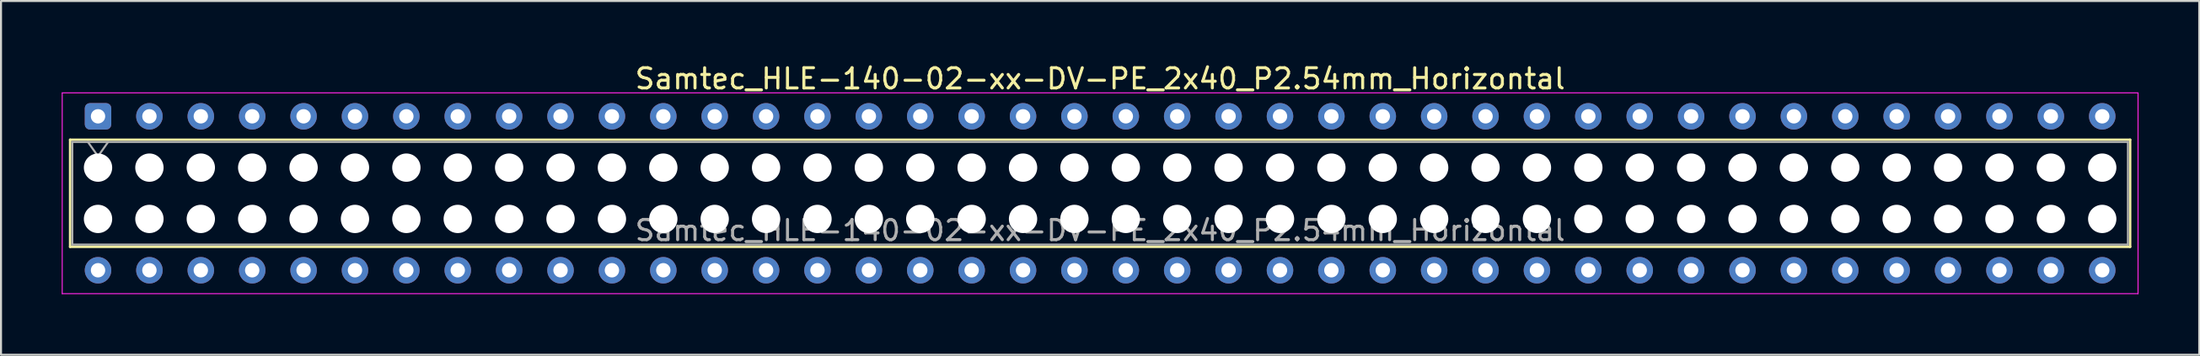
<source format=kicad_pcb>
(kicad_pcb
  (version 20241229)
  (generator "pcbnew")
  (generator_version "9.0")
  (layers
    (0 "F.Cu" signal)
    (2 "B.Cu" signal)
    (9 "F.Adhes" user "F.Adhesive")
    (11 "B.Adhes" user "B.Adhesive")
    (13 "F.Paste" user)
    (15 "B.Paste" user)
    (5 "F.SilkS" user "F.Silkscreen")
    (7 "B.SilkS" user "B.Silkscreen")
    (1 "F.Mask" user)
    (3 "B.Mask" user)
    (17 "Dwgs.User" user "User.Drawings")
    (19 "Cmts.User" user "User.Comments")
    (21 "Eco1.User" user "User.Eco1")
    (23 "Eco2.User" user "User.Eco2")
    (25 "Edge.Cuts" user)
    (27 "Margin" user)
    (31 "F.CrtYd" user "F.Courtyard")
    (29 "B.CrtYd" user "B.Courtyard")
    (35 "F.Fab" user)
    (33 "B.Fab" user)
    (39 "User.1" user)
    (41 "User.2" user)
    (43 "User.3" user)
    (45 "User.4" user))
  (footprint "Samtec_HLE-140-02-xx-DV-PE_2x40_P2.54mm_Horizontal"
    (layer "F.Cu")
    (at 1.795 2.708)
    (property "Reference" "Samtec_HLE-140-02-xx-DV-PE_2x40_P2.54mm_Horizontal" (at 49.53 -1.86 0) (layer "F.SilkS") (effects (font (size 1 1) (thickness 0.15))))
    (attr through_hole)
    (fp_line (start -1.38 1.16) (end 100.44 1.16) (stroke (width 0.12) (type solid)) (layer "F.SilkS"))
    (fp_line (start -1.38 6.46) (end -1.38 1.16) (stroke (width 0.12) (type solid)) (layer "F.SilkS"))
    (fp_line (start 100.44 1.16) (end 100.44 6.46) (stroke (width 0.12) (type solid)) (layer "F.SilkS"))
    (fp_line (start 100.44 6.46) (end -1.38 6.46) (stroke (width 0.12) (type solid)) (layer "F.SilkS"))
    (fp_line (start -1.77 -1.16) (end 100.83 -1.16) (stroke (width 0.05) (type solid)) (layer "F.CrtYd"))
    (fp_line (start -1.77 8.78) (end -1.77 -1.16) (stroke (width 0.05) (type solid)) (layer "F.CrtYd"))
    (fp_line (start 100.83 -1.16) (end 100.83 8.78) (stroke (width 0.05) (type solid)) (layer "F.CrtYd"))
    (fp_line (start 100.83 8.78) (end -1.77 8.78) (stroke (width 0.05) (type solid)) (layer "F.CrtYd"))
    (fp_line (start -1.27 1.27) (end 100.33 1.27) (stroke (width 0.1) (type solid)) (layer "F.Fab"))
    (fp_line (start -1.27 6.35) (end -1.27 1.27) (stroke (width 0.1) (type solid)) (layer "F.Fab"))
    (fp_line (start -0.5 1.27) (end 0 1.977) (stroke (width 0.1) (type solid)) (layer "F.Fab"))
    (fp_line (start 0 1.977) (end 0.5 1.27) (stroke (width 0.1) (type solid)) (layer "F.Fab"))
    (fp_line (start 100.33 1.27) (end 100.33 6.35) (stroke (width 0.1) (type solid)) (layer "F.Fab"))
    (fp_line (start 100.33 6.35) (end -1.27 6.35) (stroke (width 0.1) (type solid)) (layer "F.Fab"))
    (fp_text user "${REFERENCE}" (at 49.53 5.65 0) (layer "F.Fab") (effects (font (size 1 1) (thickness 0.15))))
    (pad "" np_thru_hole circle (at 0 2.54) (size 1.4 1.4) (drill 1.4) (layers "*.Cu" "*.Mask"))
    (pad "" np_thru_hole circle (at 0 5.08) (size 1.4 1.4) (drill 1.4) (layers "*.Cu" "*.Mask"))
    (pad "" np_thru_hole circle (at 2.54 2.54) (size 1.4 1.4) (drill 1.4) (layers "*.Cu" "*.Mask"))
    (pad "" np_thru_hole circle (at 2.54 5.08) (size 1.4 1.4) (drill 1.4) (layers "*.Cu" "*.Mask"))
    (pad "" np_thru_hole circle (at 5.08 2.54) (size 1.4 1.4) (drill 1.4) (layers "*.Cu" "*.Mask"))
    (pad "" np_thru_hole circle (at 5.08 5.08) (size 1.4 1.4) (drill 1.4) (layers "*.Cu" "*.Mask"))
    (pad "" np_thru_hole circle (at 7.62 2.54) (size 1.4 1.4) (drill 1.4) (layers "*.Cu" "*.Mask"))
    (pad "" np_thru_hole circle (at 7.62 5.08) (size 1.4 1.4) (drill 1.4) (layers "*.Cu" "*.Mask"))
    (pad "" np_thru_hole circle (at 10.16 2.54) (size 1.4 1.4) (drill 1.4) (layers "*.Cu" "*.Mask"))
    (pad "" np_thru_hole circle (at 10.16 5.08) (size 1.4 1.4) (drill 1.4) (layers "*.Cu" "*.Mask"))
    (pad "" np_thru_hole circle (at 12.7 2.54) (size 1.4 1.4) (drill 1.4) (layers "*.Cu" "*.Mask"))
    (pad "" np_thru_hole circle (at 12.7 5.08) (size 1.4 1.4) (drill 1.4) (layers "*.Cu" "*.Mask"))
    (pad "" np_thru_hole circle (at 15.24 2.54) (size 1.4 1.4) (drill 1.4) (layers "*.Cu" "*.Mask"))
    (pad "" np_thru_hole circle (at 15.24 5.08) (size 1.4 1.4) (drill 1.4) (layers "*.Cu" "*.Mask"))
    (pad "" np_thru_hole circle (at 17.78 2.54) (size 1.4 1.4) (drill 1.4) (layers "*.Cu" "*.Mask"))
    (pad "" np_thru_hole circle (at 17.78 5.08) (size 1.4 1.4) (drill 1.4) (layers "*.Cu" "*.Mask"))
    (pad "" np_thru_hole circle (at 20.32 2.54) (size 1.4 1.4) (drill 1.4) (layers "*.Cu" "*.Mask"))
    (pad "" np_thru_hole circle (at 20.32 5.08) (size 1.4 1.4) (drill 1.4) (layers "*.Cu" "*.Mask"))
    (pad "" np_thru_hole circle (at 22.86 2.54) (size 1.4 1.4) (drill 1.4) (layers "*.Cu" "*.Mask"))
    (pad "" np_thru_hole circle (at 22.86 5.08) (size 1.4 1.4) (drill 1.4) (layers "*.Cu" "*.Mask"))
    (pad "" np_thru_hole circle (at 25.4 2.54) (size 1.4 1.4) (drill 1.4) (layers "*.Cu" "*.Mask"))
    (pad "" np_thru_hole circle (at 25.4 5.08) (size 1.4 1.4) (drill 1.4) (layers "*.Cu" "*.Mask"))
    (pad "" np_thru_hole circle (at 27.94 2.54) (size 1.4 1.4) (drill 1.4) (layers "*.Cu" "*.Mask"))
    (pad "" np_thru_hole circle (at 27.94 5.08) (size 1.4 1.4) (drill 1.4) (layers "*.Cu" "*.Mask"))
    (pad "" np_thru_hole circle (at 30.48 2.54) (size 1.4 1.4) (drill 1.4) (layers "*.Cu" "*.Mask"))
    (pad "" np_thru_hole circle (at 30.48 5.08) (size 1.4 1.4) (drill 1.4) (layers "*.Cu" "*.Mask"))
    (pad "" np_thru_hole circle (at 33.02 2.54) (size 1.4 1.4) (drill 1.4) (layers "*.Cu" "*.Mask"))
    (pad "" np_thru_hole circle (at 33.02 5.08) (size 1.4 1.4) (drill 1.4) (layers "*.Cu" "*.Mask"))
    (pad "" np_thru_hole circle (at 35.56 2.54) (size 1.4 1.4) (drill 1.4) (layers "*.Cu" "*.Mask"))
    (pad "" np_thru_hole circle (at 35.56 5.08) (size 1.4 1.4) (drill 1.4) (layers "*.Cu" "*.Mask"))
    (pad "" np_thru_hole circle (at 38.1 2.54) (size 1.4 1.4) (drill 1.4) (layers "*.Cu" "*.Mask"))
    (pad "" np_thru_hole circle (at 38.1 5.08) (size 1.4 1.4) (drill 1.4) (layers "*.Cu" "*.Mask"))
    (pad "" np_thru_hole circle (at 40.64 2.54) (size 1.4 1.4) (drill 1.4) (layers "*.Cu" "*.Mask"))
    (pad "" np_thru_hole circle (at 40.64 5.08) (size 1.4 1.4) (drill 1.4) (layers "*.Cu" "*.Mask"))
    (pad "" np_thru_hole circle (at 43.18 2.54) (size 1.4 1.4) (drill 1.4) (layers "*.Cu" "*.Mask"))
    (pad "" np_thru_hole circle (at 43.18 5.08) (size 1.4 1.4) (drill 1.4) (layers "*.Cu" "*.Mask"))
    (pad "" np_thru_hole circle (at 45.72 2.54) (size 1.4 1.4) (drill 1.4) (layers "*.Cu" "*.Mask"))
    (pad "" np_thru_hole circle (at 45.72 5.08) (size 1.4 1.4) (drill 1.4) (layers "*.Cu" "*.Mask"))
    (pad "" np_thru_hole circle (at 48.26 2.54) (size 1.4 1.4) (drill 1.4) (layers "*.Cu" "*.Mask"))
    (pad "" np_thru_hole circle (at 48.26 5.08) (size 1.4 1.4) (drill 1.4) (layers "*.Cu" "*.Mask"))
    (pad "" np_thru_hole circle (at 50.8 2.54) (size 1.4 1.4) (drill 1.4) (layers "*.Cu" "*.Mask"))
    (pad "" np_thru_hole circle (at 50.8 5.08) (size 1.4 1.4) (drill 1.4) (layers "*.Cu" "*.Mask"))
    (pad "" np_thru_hole circle (at 53.34 2.54) (size 1.4 1.4) (drill 1.4) (layers "*.Cu" "*.Mask"))
    (pad "" np_thru_hole circle (at 53.34 5.08) (size 1.4 1.4) (drill 1.4) (layers "*.Cu" "*.Mask"))
    (pad "" np_thru_hole circle (at 55.88 2.54) (size 1.4 1.4) (drill 1.4) (layers "*.Cu" "*.Mask"))
    (pad "" np_thru_hole circle (at 55.88 5.08) (size 1.4 1.4) (drill 1.4) (layers "*.Cu" "*.Mask"))
    (pad "" np_thru_hole circle (at 58.42 2.54) (size 1.4 1.4) (drill 1.4) (layers "*.Cu" "*.Mask"))
    (pad "" np_thru_hole circle (at 58.42 5.08) (size 1.4 1.4) (drill 1.4) (layers "*.Cu" "*.Mask"))
    (pad "" np_thru_hole circle (at 60.96 2.54) (size 1.4 1.4) (drill 1.4) (layers "*.Cu" "*.Mask"))
    (pad "" np_thru_hole circle (at 60.96 5.08) (size 1.4 1.4) (drill 1.4) (layers "*.Cu" "*.Mask"))
    (pad "" np_thru_hole circle (at 63.5 2.54) (size 1.4 1.4) (drill 1.4) (layers "*.Cu" "*.Mask"))
    (pad "" np_thru_hole circle (at 63.5 5.08) (size 1.4 1.4) (drill 1.4) (layers "*.Cu" "*.Mask"))
    (pad "" np_thru_hole circle (at 66.04 2.54) (size 1.4 1.4) (drill 1.4) (layers "*.Cu" "*.Mask"))
    (pad "" np_thru_hole circle (at 66.04 5.08) (size 1.4 1.4) (drill 1.4) (layers "*.Cu" "*.Mask"))
    (pad "" np_thru_hole circle (at 68.58 2.54) (size 1.4 1.4) (drill 1.4) (layers "*.Cu" "*.Mask"))
    (pad "" np_thru_hole circle (at 68.58 5.08) (size 1.4 1.4) (drill 1.4) (layers "*.Cu" "*.Mask"))
    (pad "" np_thru_hole circle (at 71.12 2.54) (size 1.4 1.4) (drill 1.4) (layers "*.Cu" "*.Mask"))
    (pad "" np_thru_hole circle (at 71.12 5.08) (size 1.4 1.4) (drill 1.4) (layers "*.Cu" "*.Mask"))
    (pad "" np_thru_hole circle (at 73.66 2.54) (size 1.4 1.4) (drill 1.4) (layers "*.Cu" "*.Mask"))
    (pad "" np_thru_hole circle (at 73.66 5.08) (size 1.4 1.4) (drill 1.4) (layers "*.Cu" "*.Mask"))
    (pad "" np_thru_hole circle (at 76.2 2.54) (size 1.4 1.4) (drill 1.4) (layers "*.Cu" "*.Mask"))
    (pad "" np_thru_hole circle (at 76.2 5.08) (size 1.4 1.4) (drill 1.4) (layers "*.Cu" "*.Mask"))
    (pad "" np_thru_hole circle (at 78.74 2.54) (size 1.4 1.4) (drill 1.4) (layers "*.Cu" "*.Mask"))
    (pad "" np_thru_hole circle (at 78.74 5.08) (size 1.4 1.4) (drill 1.4) (layers "*.Cu" "*.Mask"))
    (pad "" np_thru_hole circle (at 81.28 2.54) (size 1.4 1.4) (drill 1.4) (layers "*.Cu" "*.Mask"))
    (pad "" np_thru_hole circle (at 81.28 5.08) (size 1.4 1.4) (drill 1.4) (layers "*.Cu" "*.Mask"))
    (pad "" np_thru_hole circle (at 83.82 2.54) (size 1.4 1.4) (drill 1.4) (layers "*.Cu" "*.Mask"))
    (pad "" np_thru_hole circle (at 83.82 5.08) (size 1.4 1.4) (drill 1.4) (layers "*.Cu" "*.Mask"))
    (pad "" np_thru_hole circle (at 86.36 2.54) (size 1.4 1.4) (drill 1.4) (layers "*.Cu" "*.Mask"))
    (pad "" np_thru_hole circle (at 86.36 5.08) (size 1.4 1.4) (drill 1.4) (layers "*.Cu" "*.Mask"))
    (pad "" np_thru_hole circle (at 88.9 2.54) (size 1.4 1.4) (drill 1.4) (layers "*.Cu" "*.Mask"))
    (pad "" np_thru_hole circle (at 88.9 5.08) (size 1.4 1.4) (drill 1.4) (layers "*.Cu" "*.Mask"))
    (pad "" np_thru_hole circle (at 91.44 2.54) (size 1.4 1.4) (drill 1.4) (layers "*.Cu" "*.Mask"))
    (pad "" np_thru_hole circle (at 91.44 5.08) (size 1.4 1.4) (drill 1.4) (layers "*.Cu" "*.Mask"))
    (pad "" np_thru_hole circle (at 93.98 2.54) (size 1.4 1.4) (drill 1.4) (layers "*.Cu" "*.Mask"))
    (pad "" np_thru_hole circle (at 93.98 5.08) (size 1.4 1.4) (drill 1.4) (layers "*.Cu" "*.Mask"))
    (pad "" np_thru_hole circle (at 96.52 2.54) (size 1.4 1.4) (drill 1.4) (layers "*.Cu" "*.Mask"))
    (pad "" np_thru_hole circle (at 96.52 5.08) (size 1.4 1.4) (drill 1.4) (layers "*.Cu" "*.Mask"))
    (pad "" np_thru_hole circle (at 99.06 2.54) (size 1.4 1.4) (drill 1.4) (layers "*.Cu" "*.Mask"))
    (pad "" np_thru_hole circle (at 99.06 5.08) (size 1.4 1.4) (drill 1.4) (layers "*.Cu" "*.Mask"))
    (pad "1" thru_hole roundrect (at 0 0) (size 1.31 1.31) (drill 0.71) (layers "*.Cu" "*.Mask") (roundrect_rratio 0.191))
    (pad "2" thru_hole circle (at 0 7.62) (size 1.31 1.31) (drill 0.71) (layers "*.Cu" "*.Mask"))
    (pad "3" thru_hole circle (at 2.54 0) (size 1.31 1.31) (drill 0.71) (layers "*.Cu" "*.Mask"))
    (pad "4" thru_hole circle (at 2.54 7.62) (size 1.31 1.31) (drill 0.71) (layers "*.Cu" "*.Mask"))
    (pad "5" thru_hole circle (at 5.08 0) (size 1.31 1.31) (drill 0.71) (layers "*.Cu" "*.Mask"))
    (pad "6" thru_hole circle (at 5.08 7.62) (size 1.31 1.31) (drill 0.71) (layers "*.Cu" "*.Mask"))
    (pad "7" thru_hole circle (at 7.62 0) (size 1.31 1.31) (drill 0.71) (layers "*.Cu" "*.Mask"))
    (pad "8" thru_hole circle (at 7.62 7.62) (size 1.31 1.31) (drill 0.71) (layers "*.Cu" "*.Mask"))
    (pad "9" thru_hole circle (at 10.16 0) (size 1.31 1.31) (drill 0.71) (layers "*.Cu" "*.Mask"))
    (pad "10" thru_hole circle (at 10.16 7.62) (size 1.31 1.31) (drill 0.71) (layers "*.Cu" "*.Mask"))
    (pad "11" thru_hole circle (at 12.7 0) (size 1.31 1.31) (drill 0.71) (layers "*.Cu" "*.Mask"))
    (pad "12" thru_hole circle (at 12.7 7.62) (size 1.31 1.31) (drill 0.71) (layers "*.Cu" "*.Mask"))
    (pad "13" thru_hole circle (at 15.24 0) (size 1.31 1.31) (drill 0.71) (layers "*.Cu" "*.Mask"))
    (pad "14" thru_hole circle (at 15.24 7.62) (size 1.31 1.31) (drill 0.71) (layers "*.Cu" "*.Mask"))
    (pad "15" thru_hole circle (at 17.78 0) (size 1.31 1.31) (drill 0.71) (layers "*.Cu" "*.Mask"))
    (pad "16" thru_hole circle (at 17.78 7.62) (size 1.31 1.31) (drill 0.71) (layers "*.Cu" "*.Mask"))
    (pad "17" thru_hole circle (at 20.32 0) (size 1.31 1.31) (drill 0.71) (layers "*.Cu" "*.Mask"))
    (pad "18" thru_hole circle (at 20.32 7.62) (size 1.31 1.31) (drill 0.71) (layers "*.Cu" "*.Mask"))
    (pad "19" thru_hole circle (at 22.86 0) (size 1.31 1.31) (drill 0.71) (layers "*.Cu" "*.Mask"))
    (pad "20" thru_hole circle (at 22.86 7.62) (size 1.31 1.31) (drill 0.71) (layers "*.Cu" "*.Mask"))
    (pad "21" thru_hole circle (at 25.4 0) (size 1.31 1.31) (drill 0.71) (layers "*.Cu" "*.Mask"))
    (pad "22" thru_hole circle (at 25.4 7.62) (size 1.31 1.31) (drill 0.71) (layers "*.Cu" "*.Mask"))
    (pad "23" thru_hole circle (at 27.94 0) (size 1.31 1.31) (drill 0.71) (layers "*.Cu" "*.Mask"))
    (pad "24" thru_hole circle (at 27.94 7.62) (size 1.31 1.31) (drill 0.71) (layers "*.Cu" "*.Mask"))
    (pad "25" thru_hole circle (at 30.48 0) (size 1.31 1.31) (drill 0.71) (layers "*.Cu" "*.Mask"))
    (pad "26" thru_hole circle (at 30.48 7.62) (size 1.31 1.31) (drill 0.71) (layers "*.Cu" "*.Mask"))
    (pad "27" thru_hole circle (at 33.02 0) (size 1.31 1.31) (drill 0.71) (layers "*.Cu" "*.Mask"))
    (pad "28" thru_hole circle (at 33.02 7.62) (size 1.31 1.31) (drill 0.71) (layers "*.Cu" "*.Mask"))
    (pad "29" thru_hole circle (at 35.56 0) (size 1.31 1.31) (drill 0.71) (layers "*.Cu" "*.Mask"))
    (pad "30" thru_hole circle (at 35.56 7.62) (size 1.31 1.31) (drill 0.71) (layers "*.Cu" "*.Mask"))
    (pad "31" thru_hole circle (at 38.1 0) (size 1.31 1.31) (drill 0.71) (layers "*.Cu" "*.Mask"))
    (pad "32" thru_hole circle (at 38.1 7.62) (size 1.31 1.31) (drill 0.71) (layers "*.Cu" "*.Mask"))
    (pad "33" thru_hole circle (at 40.64 0) (size 1.31 1.31) (drill 0.71) (layers "*.Cu" "*.Mask"))
    (pad "34" thru_hole circle (at 40.64 7.62) (size 1.31 1.31) (drill 0.71) (layers "*.Cu" "*.Mask"))
    (pad "35" thru_hole circle (at 43.18 0) (size 1.31 1.31) (drill 0.71) (layers "*.Cu" "*.Mask"))
    (pad "36" thru_hole circle (at 43.18 7.62) (size 1.31 1.31) (drill 0.71) (layers "*.Cu" "*.Mask"))
    (pad "37" thru_hole circle (at 45.72 0) (size 1.31 1.31) (drill 0.71) (layers "*.Cu" "*.Mask"))
    (pad "38" thru_hole circle (at 45.72 7.62) (size 1.31 1.31) (drill 0.71) (layers "*.Cu" "*.Mask"))
    (pad "39" thru_hole circle (at 48.26 0) (size 1.31 1.31) (drill 0.71) (layers "*.Cu" "*.Mask"))
    (pad "40" thru_hole circle (at 48.26 7.62) (size 1.31 1.31) (drill 0.71) (layers "*.Cu" "*.Mask"))
    (pad "41" thru_hole circle (at 50.8 0) (size 1.31 1.31) (drill 0.71) (layers "*.Cu" "*.Mask"))
    (pad "42" thru_hole circle (at 50.8 7.62) (size 1.31 1.31) (drill 0.71) (layers "*.Cu" "*.Mask"))
    (pad "43" thru_hole circle (at 53.34 0) (size 1.31 1.31) (drill 0.71) (layers "*.Cu" "*.Mask"))
    (pad "44" thru_hole circle (at 53.34 7.62) (size 1.31 1.31) (drill 0.71) (layers "*.Cu" "*.Mask"))
    (pad "45" thru_hole circle (at 55.88 0) (size 1.31 1.31) (drill 0.71) (layers "*.Cu" "*.Mask"))
    (pad "46" thru_hole circle (at 55.88 7.62) (size 1.31 1.31) (drill 0.71) (layers "*.Cu" "*.Mask"))
    (pad "47" thru_hole circle (at 58.42 0) (size 1.31 1.31) (drill 0.71) (layers "*.Cu" "*.Mask"))
    (pad "48" thru_hole circle (at 58.42 7.62) (size 1.31 1.31) (drill 0.71) (layers "*.Cu" "*.Mask"))
    (pad "49" thru_hole circle (at 60.96 0) (size 1.31 1.31) (drill 0.71) (layers "*.Cu" "*.Mask"))
    (pad "50" thru_hole circle (at 60.96 7.62) (size 1.31 1.31) (drill 0.71) (layers "*.Cu" "*.Mask"))
    (pad "51" thru_hole circle (at 63.5 0) (size 1.31 1.31) (drill 0.71) (layers "*.Cu" "*.Mask"))
    (pad "52" thru_hole circle (at 63.5 7.62) (size 1.31 1.31) (drill 0.71) (layers "*.Cu" "*.Mask"))
    (pad "53" thru_hole circle (at 66.04 0) (size 1.31 1.31) (drill 0.71) (layers "*.Cu" "*.Mask"))
    (pad "54" thru_hole circle (at 66.04 7.62) (size 1.31 1.31) (drill 0.71) (layers "*.Cu" "*.Mask"))
    (pad "55" thru_hole circle (at 68.58 0) (size 1.31 1.31) (drill 0.71) (layers "*.Cu" "*.Mask"))
    (pad "56" thru_hole circle (at 68.58 7.62) (size 1.31 1.31) (drill 0.71) (layers "*.Cu" "*.Mask"))
    (pad "57" thru_hole circle (at 71.12 0) (size 1.31 1.31) (drill 0.71) (layers "*.Cu" "*.Mask"))
    (pad "58" thru_hole circle (at 71.12 7.62) (size 1.31 1.31) (drill 0.71) (layers "*.Cu" "*.Mask"))
    (pad "59" thru_hole circle (at 73.66 0) (size 1.31 1.31) (drill 0.71) (layers "*.Cu" "*.Mask"))
    (pad "60" thru_hole circle (at 73.66 7.62) (size 1.31 1.31) (drill 0.71) (layers "*.Cu" "*.Mask"))
    (pad "61" thru_hole circle (at 76.2 0) (size 1.31 1.31) (drill 0.71) (layers "*.Cu" "*.Mask"))
    (pad "62" thru_hole circle (at 76.2 7.62) (size 1.31 1.31) (drill 0.71) (layers "*.Cu" "*.Mask"))
    (pad "63" thru_hole circle (at 78.74 0) (size 1.31 1.31) (drill 0.71) (layers "*.Cu" "*.Mask"))
    (pad "64" thru_hole circle (at 78.74 7.62) (size 1.31 1.31) (drill 0.71) (layers "*.Cu" "*.Mask"))
    (pad "65" thru_hole circle (at 81.28 0) (size 1.31 1.31) (drill 0.71) (layers "*.Cu" "*.Mask"))
    (pad "66" thru_hole circle (at 81.28 7.62) (size 1.31 1.31) (drill 0.71) (layers "*.Cu" "*.Mask"))
    (pad "67" thru_hole circle (at 83.82 0) (size 1.31 1.31) (drill 0.71) (layers "*.Cu" "*.Mask"))
    (pad "68" thru_hole circle (at 83.82 7.62) (size 1.31 1.31) (drill 0.71) (layers "*.Cu" "*.Mask"))
    (pad "69" thru_hole circle (at 86.36 0) (size 1.31 1.31) (drill 0.71) (layers "*.Cu" "*.Mask"))
    (pad "70" thru_hole circle (at 86.36 7.62) (size 1.31 1.31) (drill 0.71) (layers "*.Cu" "*.Mask"))
    (pad "71" thru_hole circle (at 88.9 0) (size 1.31 1.31) (drill 0.71) (layers "*.Cu" "*.Mask"))
    (pad "72" thru_hole circle (at 88.9 7.62) (size 1.31 1.31) (drill 0.71) (layers "*.Cu" "*.Mask"))
    (pad "73" thru_hole circle (at 91.44 0) (size 1.31 1.31) (drill 0.71) (layers "*.Cu" "*.Mask"))
    (pad "74" thru_hole circle (at 91.44 7.62) (size 1.31 1.31) (drill 0.71) (layers "*.Cu" "*.Mask"))
    (pad "75" thru_hole circle (at 93.98 0) (size 1.31 1.31) (drill 0.71) (layers "*.Cu" "*.Mask"))
    (pad "76" thru_hole circle (at 93.98 7.62) (size 1.31 1.31) (drill 0.71) (layers "*.Cu" "*.Mask"))
    (pad "77" thru_hole circle (at 96.52 0) (size 1.31 1.31) (drill 0.71) (layers "*.Cu" "*.Mask"))
    (pad "78" thru_hole circle (at 96.52 7.62) (size 1.31 1.31) (drill 0.71) (layers "*.Cu" "*.Mask"))
    (pad "79" thru_hole circle (at 99.06 0) (size 1.31 1.31) (drill 0.71) (layers "*.Cu" "*.Mask"))
    (pad "80" thru_hole circle (at 99.06 7.62) (size 1.31 1.31) (drill 0.71) (layers "*.Cu" "*.Mask")))
  (gr_rect
    (start -3 -3)
    (end 105.65 14.513)
    (stroke (width 0.1) (type default))
    (fill no)
    (layer "Edge.Cuts")))
</source>
